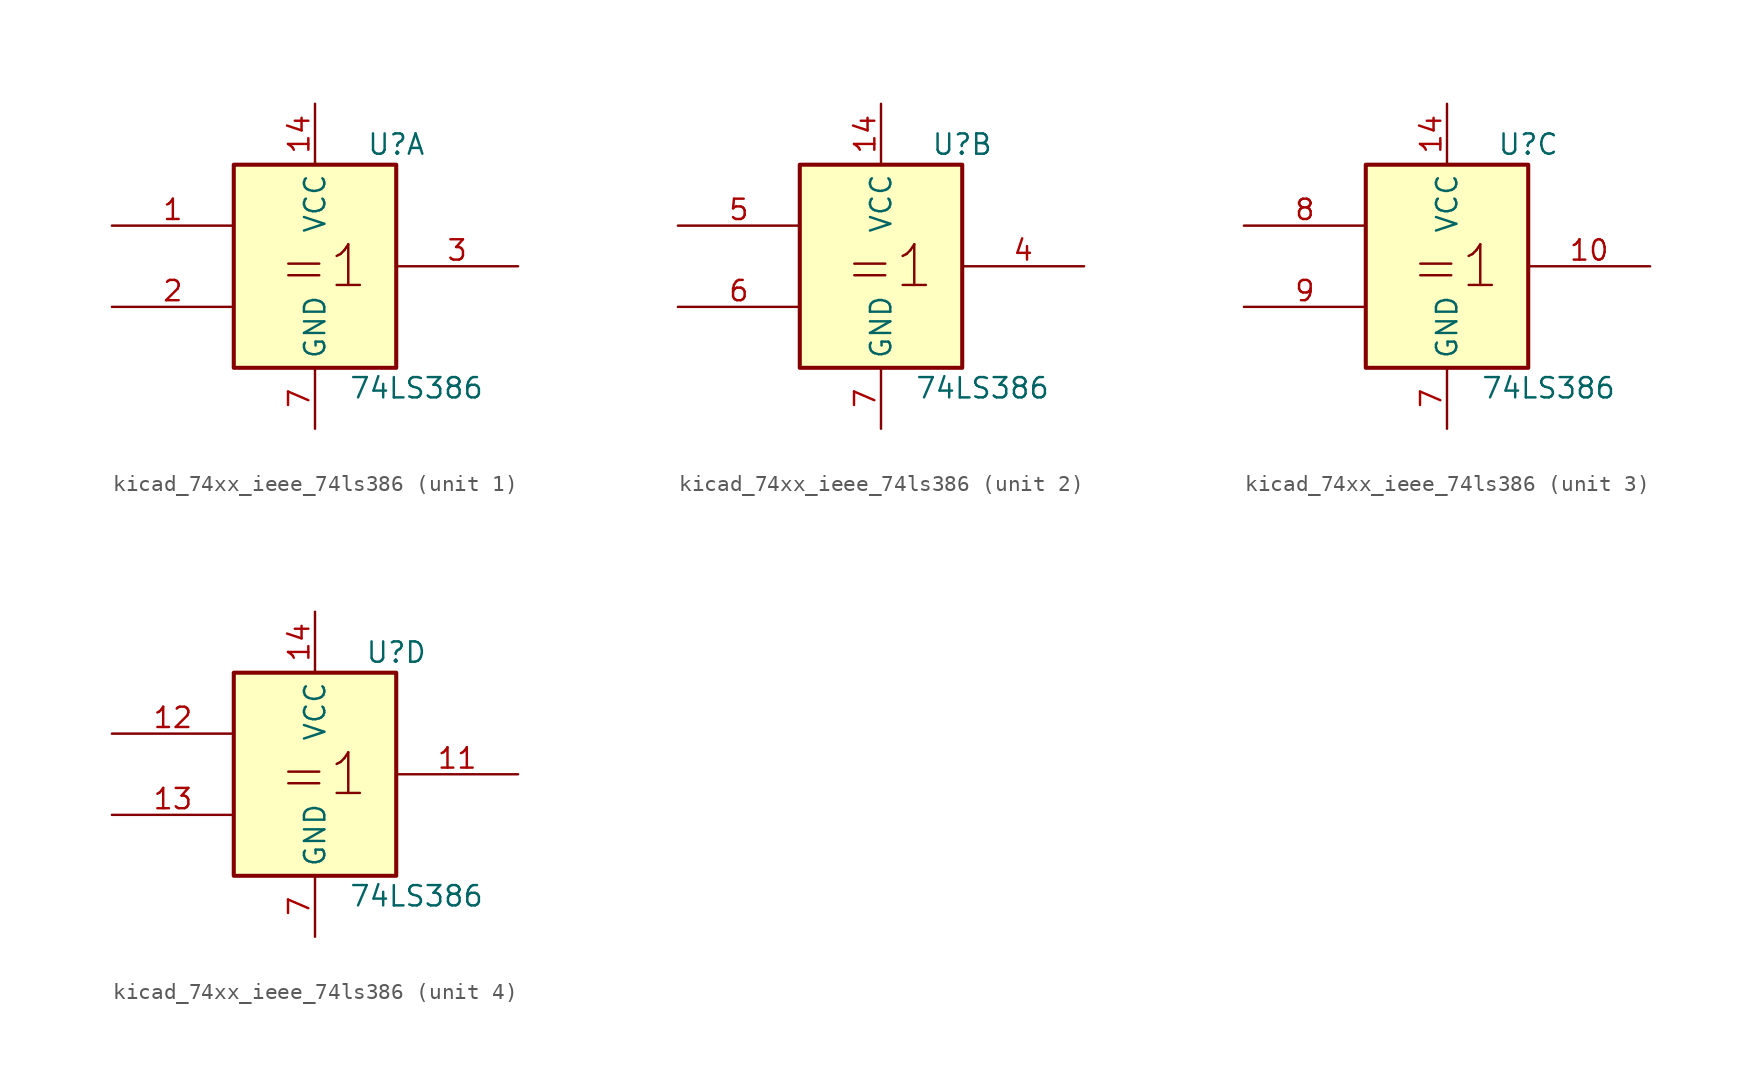
<source format=kicad_sym>
(kicad_symbol_lib
  (version 20220914)
  (generator kicad_symbol_editor)
  (symbol "kicad_74xx_ieee_74ls386"
    (property "Reference" "U"
      (at 5.08 7.62 0)
      (effects (font (size 1.27 1.27))))
    (property "Value" "74LS386"
      (at 6.35 -7.62 0)
      (effects (font (size 1.27 1.27))))
    (symbol "kicad_74xx_ieee_74ls386_0_1"
      (rectangle (start -5.08 6.35) (end 5.08 -6.35) (stroke (width 0.254) (type default)) (fill (type background)))
      (text "=1" (at 0.508 0 0) (effects (font (size 2.54 2.54))))
      (pin power_in line (at 0 10.16 270) (length 3.81) (name "VCC" (effects (font (size 1.27 1.27)))) (number "14" (effects (font (size 1.27 1.27)))))
      (pin power_in line (at 0 -10.16 90) (length 3.81) (name "GND" (effects (font (size 1.27 1.27)))) (number "7" (effects (font (size 1.27 1.27))))))
    (symbol "kicad_74xx_ieee_74ls386_1_1"
      (pin input line (at -12.7 2.54 0) (length 7.62) (name "~" (effects (font (size 1.27 1.27)))) (number "1" (effects (font (size 1.27 1.27)))))
      (pin input line (at -12.7 -2.54 0) (length 7.62) (name "~" (effects (font (size 1.27 1.27)))) (number "2" (effects (font (size 1.27 1.27)))))
      (pin output line (at 12.7 0 180) (length 7.62) (name "~" (effects (font (size 1.27 1.27)))) (number "3" (effects (font (size 1.27 1.27))))))
    (symbol "kicad_74xx_ieee_74ls386_2_1"
      (pin output line (at 12.7 0 180) (length 7.62) (name "~" (effects (font (size 1.27 1.27)))) (number "4" (effects (font (size 1.27 1.27)))))
      (pin input line (at -12.7 2.54 0) (length 7.62) (name "~" (effects (font (size 1.27 1.27)))) (number "5" (effects (font (size 1.27 1.27)))))
      (pin input line (at -12.7 -2.54 0) (length 7.62) (name "~" (effects (font (size 1.27 1.27)))) (number "6" (effects (font (size 1.27 1.27))))))
    (symbol "kicad_74xx_ieee_74ls386_3_1"
      (pin output line (at 12.7 0 180) (length 7.62) (name "~" (effects (font (size 1.27 1.27)))) (number "10" (effects (font (size 1.27 1.27)))))
      (pin input line (at -12.7 2.54 0) (length 7.62) (name "~" (effects (font (size 1.27 1.27)))) (number "8" (effects (font (size 1.27 1.27)))))
      (pin input line (at -12.7 -2.54 0) (length 7.62) (name "~" (effects (font (size 1.27 1.27)))) (number "9" (effects (font (size 1.27 1.27))))))
    (symbol "kicad_74xx_ieee_74ls386_4_1"
      (pin output line (at 12.7 0 180) (length 7.62) (name "~" (effects (font (size 1.27 1.27)))) (number "11" (effects (font (size 1.27 1.27)))))
      (pin input line (at -12.7 2.54 0) (length 7.62) (name "~" (effects (font (size 1.27 1.27)))) (number "12" (effects (font (size 1.27 1.27)))))
      (pin input line (at -12.7 -2.54 0) (length 7.62) (name "~" (effects (font (size 1.27 1.27)))) (number "13" (effects (font (size 1.27 1.27))))))))
</source>
